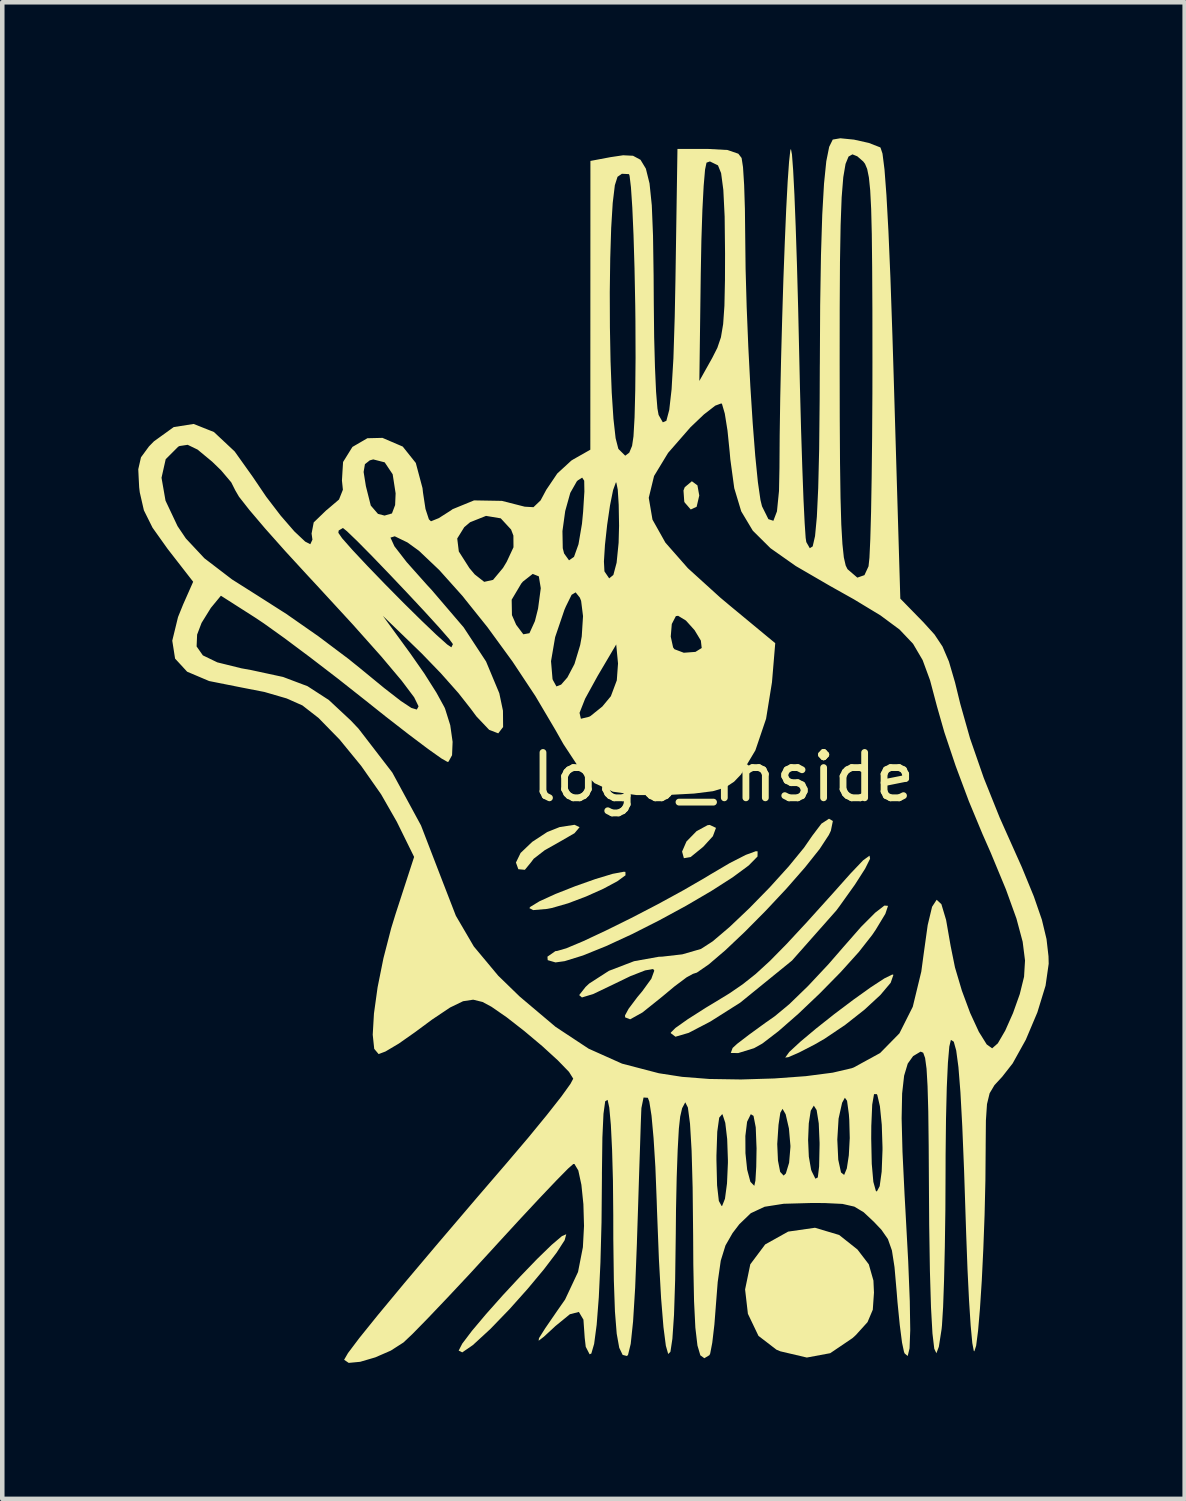
<source format=kicad_pcb>
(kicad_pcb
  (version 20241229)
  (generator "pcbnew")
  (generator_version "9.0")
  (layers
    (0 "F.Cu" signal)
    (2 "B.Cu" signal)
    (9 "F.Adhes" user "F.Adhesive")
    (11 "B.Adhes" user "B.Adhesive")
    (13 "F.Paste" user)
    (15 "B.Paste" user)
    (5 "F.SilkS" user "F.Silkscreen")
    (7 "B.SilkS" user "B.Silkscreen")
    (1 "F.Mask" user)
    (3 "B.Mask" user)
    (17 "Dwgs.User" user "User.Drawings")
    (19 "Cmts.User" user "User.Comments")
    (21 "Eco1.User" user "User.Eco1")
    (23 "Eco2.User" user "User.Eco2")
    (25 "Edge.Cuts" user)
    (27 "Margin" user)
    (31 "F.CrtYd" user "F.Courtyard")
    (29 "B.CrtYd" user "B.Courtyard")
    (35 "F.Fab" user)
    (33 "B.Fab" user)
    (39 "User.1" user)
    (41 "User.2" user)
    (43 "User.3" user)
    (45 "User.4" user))
  (footprint "logo_inside"
    (layer "F.Cu")
    (at 12.904 14.594)
    (property "Reference" "logo_inside" (at 0 -0.5 0) (unlocked yes) (layer "F.SilkS") (effects (font (size 1 1) (thickness 0.15))))
    (fp_poly (pts (xy -0.569 -6.937) (xy -0.529 -6.713) (xy -0.587 -6.465) (xy -0.717 -6.405) (xy -0.852 -6.561) (xy -0.86 -6.581) (xy -0.877 -6.824) (xy -0.849 -6.897) (xy -0.692 -7.028)) (stroke (width 0) (type solid)) (fill yes) (layer "F.SilkS"))
    (fp_poly (pts (xy -0.16 0.618) (xy -0.229 0.803) (xy -0.442 1.036) (xy -0.72 1.262) (xy -0.868 1.287) (xy -0.908 1.141) (xy -0.811 0.918) (xy -0.588 0.69) (xy -0.346 0.559) (xy -0.298 0.553)) (stroke (width 0) (type solid)) (fill yes) (layer "F.SilkS"))
    (fp_poly (pts (xy -3.169 0.603) (xy -3.281 0.736) (xy -3.589 0.914) (xy -3.938 1.111) (xy -4.181 1.299) (xy -4.242 1.38) (xy -4.376 1.543) (xy -4.52 1.53) (xy -4.573 1.383) (xy -4.47 1.171) (xy -4.213 0.926) (xy -3.883 0.71) (xy -3.61 0.601) (xy -3.28 0.55)) (stroke (width 0) (type solid)) (fill yes) (layer "F.SilkS"))
    (fp_poly (pts (xy -2.158 1.589) (xy -2.156 1.664) (xy -2.338 1.797) (xy -2.646 1.962) (xy -3.026 2.132) (xy -3.422 2.282) (xy -3.779 2.385) (xy -3.888 2.406) (xy -4.193 2.432) (xy -4.277 2.388) (xy -4.257 2.361) (xy -4.055 2.238) (xy -3.7 2.076) (xy -3.264 1.904) (xy -2.82 1.747) (xy -2.44 1.632) (xy -2.195 1.586)) (stroke (width 0) (type solid)) (fill yes) (layer "F.SilkS"))
    (fp_poly (pts (xy 3.754 3.86) (xy 3.693 4.036) (xy 3.465 4.306) (xy 3.115 4.629) (xy 2.69 4.964) (xy 2.237 5.269) (xy 2.021 5.394) (xy 1.674 5.573) (xy 1.437 5.676) (xy 1.367 5.685) (xy 1.457 5.561) (xy 1.7 5.336) (xy 2.046 5.046) (xy 2.451 4.725) (xy 2.868 4.411) (xy 3.251 4.137) (xy 3.554 3.939) (xy 3.729 3.853)) (stroke (width 0) (type solid)) (fill yes) (layer "F.SilkS"))
    (fp_poly (pts (xy -3.498 9.713) (xy -3.674 9.986) (xy -3.957 10.358) (xy -4.315 10.787) (xy -4.713 11.233) (xy -5.119 11.653) (xy -5.134 11.669) (xy -5.523 12.027) (xy -5.757 12.188) (xy -5.836 12.149) (xy -5.836 12.148) (xy -5.757 11.995) (xy -5.544 11.714) (xy -5.235 11.347) (xy -4.867 10.933) (xy -4.478 10.514) (xy -4.106 10.128) (xy -3.787 9.818) (xy -3.559 9.624) (xy -3.463 9.582)) (stroke (width 0) (type solid)) (fill yes) (layer "F.SilkS"))
    (fp_poly (pts (xy 2.556 9.598) (xy 2.96 9.918) (xy 3.211 10.246) (xy 3.313 10.604) (xy 3.325 10.87) (xy 3.299 11.247) (xy 3.183 11.521) (xy 2.925 11.806) (xy 2.853 11.872) (xy 2.36 12.206) (xy 1.844 12.302) (xy 1.261 12.165) (xy 1.174 12.129) (xy 0.777 11.824) (xy 0.544 11.337) (xy 0.482 10.8) (xy 0.597 10.245) (xy 0.925 9.807) (xy 1.432 9.524) (xy 2.024 9.439)) (stroke (width 0) (type solid)) (fill yes) (layer "F.SilkS"))
    (fp_poly (pts (xy 3.635 2.338) (xy 3.576 2.514) (xy 3.363 2.866) (xy 3.285 2.981) (xy 2.991 3.356) (xy 2.59 3.801) (xy 2.128 4.271) (xy 1.655 4.721) (xy 1.217 5.104) (xy 0.862 5.376) (xy 0.68 5.478) (xy 0.33 5.586) (xy 0.166 5.583) (xy 0.207 5.473) (xy 0.306 5.382) (xy 0.564 5.184) (xy 0.927 4.92) (xy 1.138 4.772) (xy 1.456 4.508) (xy 1.87 4.107) (xy 2.319 3.628) (xy 2.634 3.265) (xy 3.04 2.802) (xy 3.352 2.489) (xy 3.555 2.332)) (stroke (width 0) (type solid)) (fill yes) (layer "F.SilkS"))
    (fp_poly (pts (xy 3.239 1.299) (xy 3.13 1.518) (xy 2.904 1.871) (xy 2.57 2.339) (xy 2.495 2.44) (xy 1.517 3.545) (xy 0.374 4.474) (xy -0.287 4.892) (xy -0.763 5.14) (xy -1.054 5.225) (xy -1.157 5.147) (xy -1.157 5.134) (xy -1.054 5.031) (xy -0.781 4.838) (xy -0.389 4.588) (xy -0.193 4.47) (xy 0.138 4.268) (xy 0.431 4.067) (xy 0.718 3.839) (xy 1.03 3.553) (xy 1.397 3.18) (xy 1.85 2.692) (xy 2.421 2.059) (xy 2.806 1.627) (xy 3.085 1.334) (xy 3.227 1.231)) (stroke (width 0) (type solid)) (fill yes) (layer "F.SilkS"))
    (fp_poly (pts (xy 0.758 1.136) (xy 0.756 1.25) (xy 0.561 1.448) (xy 0.209 1.708) (xy -0.261 2.009) (xy -0.814 2.333) (xy -1.41 2.657) (xy -2.014 2.963) (xy -2.588 3.228) (xy -3.095 3.433) (xy -3.498 3.558) (xy -3.7 3.586) (xy -3.872 3.536) (xy -3.878 3.459) (xy -3.703 3.337) (xy -3.664 3.333) (xy -3.463 3.275) (xy -3.09 3.118) (xy -2.597 2.887) (xy -2.03 2.607) (xy -1.441 2.301) (xy -0.879 1.994) (xy -0.392 1.712) (xy -0.289 1.649) (xy 0.143 1.395) (xy 0.497 1.214) (xy 0.718 1.133)) (stroke (width 0) (type solid)) (fill yes) (layer "F.SilkS"))
    (fp_poly (pts (xy 2.418 0.467) (xy 2.374 0.681) (xy 2.33 0.774) (xy 2.127 1.084) (xy 1.803 1.491) (xy 1.395 1.957) (xy 0.941 2.442) (xy 0.479 2.908) (xy 0.046 3.318) (xy -0.321 3.631) (xy -0.582 3.811) (xy -0.667 3.838) (xy -0.808 3.915) (xy -1.075 4.115) (xy -1.35 4.344) (xy -1.782 4.69) (xy -2.053 4.841) (xy -2.164 4.798) (xy -2.167 4.755) (xy -2.088 4.609) (xy -1.895 4.352) (xy -1.784 4.219) (xy -1.586 3.946) (xy -1.521 3.767) (xy -1.547 3.731) (xy -1.723 3.762) (xy -2.048 3.889) (xy -2.435 4.076) (xy -2.865 4.282) (xy -3.117 4.359) (xy -3.178 4.307) (xy -3.037 4.127) (xy -2.957 4.052) (xy -2.523 3.772) (xy -1.967 3.559) (xy -1.42 3.461) (xy -1.35 3.459) (xy -0.904 3.408) (xy -0.492 3.289) (xy -0.233 3.121) (xy 0.138 2.806) (xy 0.573 2.393) (xy 1.025 1.931) (xy 1.444 1.468) (xy 1.783 1.054) (xy 1.964 0.792) (xy 2.166 0.525) (xy 2.333 0.416)) (stroke (width 0) (type solid)) (fill yes) (layer "F.SilkS"))
    (fp_poly (pts (xy 2.884 -14.564) (xy 3.211 -14.491) (xy 3.458 -14.395) (xy 3.469 -14.388) (xy 3.513 -14.255) (xy 3.557 -13.907) (xy 3.6 -13.338) (xy 3.644 -12.541) (xy 3.688 -11.51) (xy 3.732 -10.237) (xy 3.759 -9.367) (xy 3.906 -4.439) (xy 4.416 -3.917) (xy 4.66 -3.648) (xy 4.837 -3.382) (xy 4.978 -3.052) (xy 5.113 -2.591) (xy 5.228 -2.12) (xy 5.444 -1.356) (xy 5.747 -0.483) (xy 6.097 0.389) (xy 6.218 0.661) (xy 6.587 1.486) (xy 6.852 2.132) (xy 7.029 2.645) (xy 7.131 3.07) (xy 7.175 3.452) (xy 7.179 3.616) (xy 7.11 4.099) (xy 6.929 4.689) (xy 6.674 5.292) (xy 6.384 5.814) (xy 6.153 6.109) (xy 5.983 6.293) (xy 5.876 6.473) (xy 5.818 6.712) (xy 5.794 7.073) (xy 5.789 7.62) (xy 5.789 7.663) (xy 5.783 8.394) (xy 5.765 9.154) (xy 5.737 9.905) (xy 5.703 10.607) (xy 5.663 11.222) (xy 5.621 11.713) (xy 5.579 12.04) (xy 5.539 12.165) (xy 5.527 12.156) (xy 5.494 11.982) (xy 5.458 11.596) (xy 5.422 11.039) (xy 5.388 10.352) (xy 5.359 9.575) (xy 5.353 9.396) (xy 5.313 8.182) (xy 5.273 7.205) (xy 5.232 6.448) (xy 5.188 5.895) (xy 5.139 5.529) (xy 5.085 5.335) (xy 5.024 5.296) (xy 5.021 5.298) (xy 4.987 5.441) (xy 4.956 5.801) (xy 4.931 6.343) (xy 4.914 7.032) (xy 4.905 7.832) (xy 4.904 8.174) (xy 4.9 9.039) (xy 4.888 9.862) (xy 4.871 10.594) (xy 4.85 11.187) (xy 4.825 11.591) (xy 4.817 11.673) (xy 4.756 12.064) (xy 4.702 12.207) (xy 4.655 12.107) (xy 4.615 11.769) (xy 4.583 11.197) (xy 4.559 10.397) (xy 4.543 9.373) (xy 4.538 8.613) (xy 4.532 7.63) (xy 4.523 6.873) (xy 4.507 6.316) (xy 4.485 5.932) (xy 4.453 5.695) (xy 4.411 5.578) (xy 4.357 5.555) (xy 4.348 5.557) (xy 4.188 5.653) (xy 4.07 5.818) (xy 3.99 6.084) (xy 3.946 6.477) (xy 3.935 7.027) (xy 3.954 7.763) (xy 4 8.713) (xy 4.019 9.052) (xy 4.08 10.178) (xy 4.115 11.058) (xy 4.125 11.696) (xy 4.11 12.098) (xy 4.069 12.268) (xy 4.002 12.212) (xy 3.988 12.179) (xy 3.944 11.973) (xy 3.894 11.584) (xy 3.844 11.082) (xy 3.826 10.857) (xy 3.778 10.307) (xy 3.721 9.94) (xy 3.632 9.688) (xy 3.489 9.483) (xy 3.324 9.309) (xy 3.098 9.097) (xy 2.892 8.973) (xy 2.63 8.913) (xy 2.235 8.894) (xy 1.94 8.893) (xy 1.333 8.91) (xy 0.912 8.976) (xy 0.608 9.118) (xy 0.355 9.361) (xy 0.206 9.556) (xy 0.049 9.83) (xy -0.055 10.166) (xy -0.122 10.635) (xy -0.156 11.068) (xy -0.195 11.572) (xy -0.242 11.975) (xy -0.288 12.214) (xy -0.305 12.25) (xy -0.417 12.317) (xy -0.505 12.253) (xy -0.569 12.036) (xy -0.615 11.644) (xy -0.644 11.057) (xy -0.66 10.252) (xy -0.664 9.612) (xy -0.675 8.56) (xy -0.692 7.945) (xy -0.15 7.945) (xy -0.136 8.504) (xy -0.097 8.848) (xy -0.035 8.961) (xy -0.024 8.956) (xy 0.038 8.8) (xy 0.083 8.461) (xy 0.103 8.008) (xy 0.103 7.945) (xy 0.087 7.483) (xy 0.079 7.415) (xy 0.488 7.415) (xy 0.49 7.795) (xy 0.528 8.159) (xy 0.599 8.425) (xy 0.685 8.514) (xy 0.71 8.399) (xy 0.728 8.097) (xy 0.735 7.685) (xy 0.731 7.593) (xy 1.191 7.593) (xy 1.207 7.957) (xy 1.256 8.207) (xy 1.332 8.288) (xy 1.381 8.242) (xy 1.453 8.005) (xy 1.482 7.658) (xy 1.482 7.629) (xy 1.471 7.503) (xy 1.872 7.503) (xy 1.888 7.87) (xy 1.938 8.156) (xy 1.949 8.188) (xy 2.033 8.357) (xy 2.086 8.329) (xy 2.115 8.086) (xy 2.125 7.61) (xy 2.125 7.566) (xy 2.122 7.493) (xy 2.516 7.493) (xy 2.537 7.939) (xy 2.598 8.219) (xy 2.667 8.274) (xy 2.726 8.131) (xy 2.77 7.843) (xy 2.79 7.471) (xy 3.264 7.471) (xy 3.276 8.028) (xy 3.311 8.426) (xy 3.366 8.625) (xy 3.388 8.64) (xy 3.451 8.522) (xy 3.495 8.201) (xy 3.513 7.726) (xy 3.513 7.661) (xy 3.497 7.167) (xy 3.456 6.758) (xy 3.399 6.512) (xy 3.388 6.492) (xy 3.326 6.492) (xy 3.286 6.723) (xy 3.266 7.194) (xy 3.264 7.471) (xy 2.79 7.471) (xy 2.791 7.467) (xy 2.78 7.055) (xy 2.771 6.934) (xy 2.731 6.638) (xy 2.683 6.571) (xy 2.622 6.682) (xy 2.544 7.032) (xy 2.516 7.493) (xy 2.122 7.493) (xy 2.107 7.137) (xy 2.06 6.843) (xy 1.998 6.745) (xy 1.93 6.857) (xy 1.887 7.137) (xy 1.872 7.503) (xy 1.471 7.503) (xy 1.449 7.249) (xy 1.378 6.941) (xy 1.376 6.934) (xy 1.308 6.816) (xy 1.259 6.902) (xy 1.219 7.169) (xy 1.191 7.593) (xy 0.731 7.593) (xy 0.717 7.224) (xy 0.668 6.971) (xy 0.608 6.934) (xy 0.526 7.101) (xy 0.488 7.415) (xy 0.079 7.415) (xy 0.045 7.125) (xy -0.015 6.942) (xy -0.024 6.934) (xy -0.089 7.01) (xy -0.132 7.32) (xy -0.15 7.848) (xy -0.15 7.945) (xy -0.692 7.945) (xy -0.698 7.735) (xy -0.733 7.142) (xy -0.78 6.786) (xy -0.838 6.672) (xy -0.907 6.802) (xy -0.95 6.988) (xy -0.979 7.253) (xy -1.005 7.719) (xy -1.027 8.333) (xy -1.042 9.043) (xy -1.047 9.572) (xy -1.061 10.592) (xy -1.086 11.362) (xy -1.122 11.889) (xy -1.165 12.175) (xy -1.214 12.224) (xy -1.266 12.041) (xy -1.319 11.629) (xy -1.371 10.992) (xy -1.419 10.134) (xy -1.461 9.059) (xy -1.468 8.84) (xy -1.497 8.1) (xy -1.537 7.462) (xy -1.582 6.967) (xy -1.631 6.656) (xy -1.663 6.572) (xy -1.758 6.566) (xy -1.805 6.797) (xy -1.809 6.878) (xy -1.819 7.139) (xy -1.834 7.605) (xy -1.855 8.228) (xy -1.878 8.96) (xy -1.904 9.752) (xy -1.904 9.767) (xy -1.943 10.761) (xy -1.989 11.506) (xy -2.041 12) (xy -2.1 12.242) (xy -2.123 12.268) (xy -2.219 12.244) (xy -2.294 12.087) (xy -2.35 11.776) (xy -2.389 11.287) (xy -2.413 10.6) (xy -2.425 9.693) (xy -2.426 9.162) (xy -2.433 8.4) (xy -2.452 7.722) (xy -2.479 7.17) (xy -2.514 6.787) (xy -2.551 6.618) (xy -2.604 6.649) (xy -2.642 6.926) (xy -2.666 7.452) (xy -2.676 8.229) (xy -2.676 8.324) (xy -2.685 9.318) (xy -2.709 10.209) (xy -2.745 10.972) (xy -2.792 11.578) (xy -2.848 12.001) (xy -2.91 12.214) (xy -2.948 12.23) (xy -3.033 12.065) (xy -3.056 11.866) (xy -3.084 11.466) (xy -3.185 11.296) (xy -3.383 11.347) (xy -3.705 11.61) (xy -3.729 11.633) (xy -3.958 11.844) (xy -4.072 11.931) (xy -4.065 11.875) (xy -3.928 11.658) (xy -3.656 11.262) (xy -3.489 11.023) (xy -3.203 10.414) (xy -3.096 9.868) (xy -3.071 9.399) (xy -3.085 8.919) (xy -3.129 8.491) (xy -3.197 8.175) (xy -3.282 8.033) (xy -3.308 8.033) (xy -3.423 8.134) (xy -3.679 8.394) (xy -4.048 8.782) (xy -4.502 9.269) (xy -5.013 9.825) (xy -5.047 9.863) (xy -5.583 10.447) (xy -6.087 10.985) (xy -6.523 11.443) (xy -6.857 11.784) (xy -7.053 11.969) (xy -7.333 12.149) (xy -7.675 12.298) (xy -8.009 12.396) (xy -8.262 12.42) (xy -8.363 12.351) (xy -8.363 12.351) (xy -8.278 12.204) (xy -8.028 11.872) (xy -7.614 11.359) (xy -7.039 10.666) (xy -6.306 9.798) (xy -5.417 8.756) (xy -4.776 8.011) (xy -4.302 7.453) (xy -3.892 6.953) (xy -3.572 6.546) (xy -3.37 6.265) (xy -3.309 6.15) (xy -3.403 6) (xy -3.649 5.746) (xy -3.995 5.43) (xy -4.389 5.099) (xy -4.779 4.795) (xy -5.113 4.564) (xy -5.308 4.459) (xy -5.516 4.408) (xy -5.739 4.442) (xy -6.026 4.581) (xy -6.423 4.847) (xy -6.796 5.123) (xy -7.156 5.376) (xy -7.451 5.551) (xy -7.602 5.608) (xy -7.699 5.493) (xy -7.732 5.181) (xy -7.705 4.714) (xy -7.625 4.137) (xy -7.496 3.495) (xy -7.325 2.832) (xy -7.228 2.517) (xy -6.819 1.259) (xy -7.201 0.483) (xy -7.547 -0.122) (xy -7.985 -0.747) (xy -8.462 -1.33) (xy -8.927 -1.806) (xy -9.283 -2.083) (xy -9.63 -2.237) (xy -10.121 -2.38) (xy -10.623 -2.478) (xy -11.341 -2.621) (xy -11.826 -2.827) (xy -12.092 -3.116) (xy -12.134 -3.384) (xy -11.617 -3.384) (xy -11.479 -3.187) (xy -11.16 -3.033) (xy -10.63 -2.902) (xy -10.409 -2.862) (xy -9.71 -2.711) (xy -9.17 -2.507) (xy -8.701 -2.203) (xy -8.213 -1.748) (xy -8.044 -1.569) (xy -7.3 -0.602) (xy -6.667 0.565) (xy -6.204 1.767) (xy -5.898 2.557) (xy -5.502 3.234) (xy -4.964 3.879) (xy -4.489 4.34) (xy -3.699 5.007) (xy -2.969 5.489) (xy -2.232 5.819) (xy -1.419 6.031) (xy -0.908 6.11) (xy -0.308 6.157) (xy 0.392 6.168) (xy 1.125 6.146) (xy 1.821 6.095) (xy 2.414 6.018) (xy 2.833 5.92) (xy 2.881 5.902) (xy 3.46 5.585) (xy 3.886 5.151) (xy 4.181 4.564) (xy 4.369 3.788) (xy 4.419 3.416) (xy 4.51 2.763) (xy 4.607 2.358) (xy 4.708 2.204) (xy 4.812 2.301) (xy 4.916 2.649) (xy 5.016 3.223) (xy 5.112 3.697) (xy 5.264 4.209) (xy 5.447 4.702) (xy 5.638 5.116) (xy 5.812 5.395) (xy 5.932 5.481) (xy 6.057 5.371) (xy 6.221 5.089) (xy 6.392 4.704) (xy 6.541 4.286) (xy 6.635 3.905) (xy 6.636 3.898) (xy 6.657 3.544) (xy 6.605 3.13) (xy 6.468 2.619) (xy 6.236 1.976) (xy 5.899 1.163) (xy 5.72 0.757) (xy 5.419 0.033) (xy 5.127 -0.748) (xy 4.878 -1.49) (xy 4.715 -2.061) (xy 4.562 -2.638) (xy 4.398 -3.084) (xy 4.187 -3.443) (xy 3.889 -3.757) (xy 3.468 -4.069) (xy 2.885 -4.422) (xy 2.359 -4.717) (xy 1.6 -5.158) (xy 1.042 -5.551) (xy 0.652 -5.938) (xy 0.397 -6.364) (xy 0.243 -6.875) (xy 0.156 -7.514) (xy 0.143 -7.664) (xy 0.094 -8.146) (xy 0.034 -8.522) (xy -0.026 -8.728) (xy -0.041 -8.746) (xy -0.176 -8.696) (xy -0.426 -8.502) (xy -0.723 -8.219) (xy -1.217 -7.653) (xy -1.526 -7.144) (xy -1.643 -6.663) (xy -1.561 -6.182) (xy -1.276 -5.674) (xy -0.78 -5.11) (xy -0.068 -4.464) (xy 0.137 -4.292) (xy 1.147 -3.456) (xy 1.075 -2.593) (xy 0.945 -1.789) (xy 0.709 -1.092) (xy 0.391 -0.559) (xy 0.24 -0.401) (xy 0.048 -0.274) (xy -0.227 -0.191) (xy -0.642 -0.139) (xy -1.2 -0.109) (xy -1.91 -0.105) (xy -2.435 -0.18) (xy -2.839 -0.368) (xy -3.181 -0.706) (xy -3.525 -1.229) (xy -3.697 -1.533) (xy -3.925 -1.919) (xy -3.17 -1.919) (xy -3.14 -1.789) (xy -2.959 -1.833) (xy -2.93 -1.848) (xy -2.668 -2.058) (xy -2.479 -2.286) (xy -2.348 -2.636) (xy -2.321 -3.008) (xy -2.361 -3.428) (xy -2.771 -2.733) (xy -3.047 -2.231) (xy -3.17 -1.919) (xy -3.925 -1.919) (xy -4.143 -2.288) (xy -4.654 -3.059) (xy -3.799 -3.059) (xy -3.766 -2.666) (xy -3.758 -2.644) (xy -3.68 -2.502) (xy -3.576 -2.542) (xy -3.438 -2.7) (xy -3.282 -2.996) (xy -3.156 -3.414) (xy -3.122 -3.601) (xy -1.158 -3.601) (xy -1.106 -3.363) (xy -1.077 -3.323) (xy -0.87 -3.245) (xy -0.613 -3.264) (xy -0.475 -3.35) (xy -0.494 -3.514) (xy -0.633 -3.744) (xy -0.823 -3.955) (xy -0.995 -4.06) (xy -1.045 -4.053) (xy -1.135 -3.879) (xy -1.158 -3.601) (xy -3.122 -3.601) (xy -3.121 -3.609) (xy -3.093 -4.053) (xy -3.135 -4.39) (xy -3.164 -4.462) (xy -3.256 -4.577) (xy -3.345 -4.523) (xy -3.471 -4.267) (xy -3.503 -4.193) (xy -3.708 -3.59) (xy -3.799 -3.059) (xy -4.654 -3.059) (xy -4.656 -3.061) (xy -5.202 -3.81) (xy -5.687 -4.415) (xy -4.667 -4.415) (xy -4.661 -4.075) (xy -4.568 -3.862) (xy -4.41 -3.652) (xy -4.275 -3.676) (xy -4.154 -3.943) (xy -4.085 -4.218) (xy -4.025 -4.669) (xy -4.068 -4.93) (xy -4.203 -4.984) (xy -4.42 -4.814) (xy -4.455 -4.772) (xy -4.667 -4.415) (xy -5.687 -4.415) (xy -5.749 -4.494) (xy -6.264 -5.069) (xy -6.712 -5.494) (xy -6.966 -5.678) (xy -7.145 -5.765) (xy -5.868 -5.765) (xy -5.833 -5.479) (xy -5.599 -5.112) (xy -5.482 -4.973) (xy -5.273 -4.809) (xy -5.078 -4.852) (xy -4.858 -5.116) (xy -4.779 -5.247) (xy -4.773 -5.259) (xy -2.632 -5.259) (xy -2.621 -5.044) (xy -2.618 -5.036) (xy -2.516 -4.886) (xy -2.424 -4.961) (xy -2.352 -5.231) (xy -2.308 -5.669) (xy -2.298 -6.047) (xy -2.306 -6.509) (xy -2.327 -6.844) (xy -2.358 -6.999) (xy -2.369 -7.001) (xy -2.43 -6.833) (xy -2.498 -6.494) (xy -2.561 -6.065) (xy -2.609 -5.626) (xy -2.632 -5.259) (xy -4.773 -5.259) (xy -4.627 -5.572) (xy -4.629 -5.829) (xy -4.667 -5.929) (xy -3.547 -5.929) (xy -3.54 -5.551) (xy -3.511 -5.436) (xy -3.402 -5.284) (xy -3.292 -5.36) (xy -3.193 -5.638) (xy -3.116 -6.091) (xy -3.091 -6.354) (xy -3.063 -6.802) (xy -3.067 -7.04) (xy -3.112 -7.108) (xy -3.207 -7.048) (xy -3.23 -7.026) (xy -3.374 -6.772) (xy -3.486 -6.371) (xy -3.547 -5.929) (xy -4.667 -5.929) (xy -4.68 -5.963) (xy -4.908 -6.21) (xy -5.233 -6.264) (xy -5.584 -6.124) (xy -5.713 -6.015) (xy -5.868 -5.765) (xy -7.145 -5.765) (xy -7.246 -5.814) (xy -7.341 -5.785) (xy -7.253 -5.593) (xy -6.982 -5.243) (xy -6.532 -4.738) (xy -6.437 -4.636) (xy -5.726 -3.805) (xy -5.232 -3.052) (xy -4.94 -2.352) (xy -4.859 -1.966) (xy -4.856 -1.607) (xy -4.963 -1.467) (xy -5.164 -1.545) (xy -5.444 -1.84) (xy -5.567 -2.006) (xy -5.842 -2.356) (xy -6.228 -2.791) (xy -6.65 -3.228) (xy -6.725 -3.301) (xy -7.509 -4.06) (xy -6.909 -3.238) (xy -6.596 -2.79) (xy -6.326 -2.363) (xy -6.15 -2.042) (xy -6.136 -2.01) (xy -6.022 -1.647) (xy -5.97 -1.28) (xy -5.982 -0.985) (xy -6.061 -0.841) (xy -6.083 -0.837) (xy -6.216 -0.913) (xy -6.511 -1.122) (xy -6.932 -1.439) (xy -7.445 -1.837) (xy -7.883 -2.186) (xy -8.506 -2.678) (xy -9.125 -3.153) (xy -9.686 -3.572) (xy -10.136 -3.894) (xy -10.323 -4.019) (xy -11.081 -4.503) (xy -11.303 -4.234) (xy -11.508 -3.903) (xy -11.606 -3.645) (xy -11.617 -3.384) (xy -12.134 -3.384) (xy -12.154 -3.511) (xy -12.027 -4.032) (xy -11.915 -4.309) (xy -11.693 -4.811) (xy -12.258 -5.538) (xy -12.589 -6.003) (xy -12.78 -6.387) (xy -12.871 -6.784) (xy -12.884 -6.895) (xy -12.895 -7.105) (xy -12.391 -7.105) (xy -12.303 -6.6) (xy -12.037 -6.037) (xy -11.854 -5.766) (xy -11.444 -5.328) (xy -10.835 -4.862) (xy -10.266 -4.502) (xy -9.636 -4.1) (xy -8.932 -3.609) (xy -8.269 -3.111) (xy -8.005 -2.898) (xy -7.476 -2.464) (xy -7.11 -2.18) (xy -6.88 -2.028) (xy -6.76 -1.992) (xy -6.724 -2.055) (xy -6.724 -2.069) (xy -6.818 -2.262) (xy -7.093 -2.628) (xy -7.545 -3.165) (xy -8.175 -3.872) (xy -8.98 -4.747) (xy -9.154 -4.934) (xy -9.662 -5.487) (xy -10.105 -5.985) (xy -10.454 -6.396) (xy -10.683 -6.688) (xy -10.765 -6.829) (xy -10.853 -7.004) (xy -11.078 -7.27) (xy -11.274 -7.46) (xy -11.595 -7.726) (xy -11.814 -7.832) (xy -11.994 -7.805) (xy -12.023 -7.79) (xy -12.299 -7.514) (xy -12.391 -7.105) (xy -12.895 -7.105) (xy -12.904 -7.293) (xy -12.844 -7.556) (xy -12.669 -7.795) (xy -12.559 -7.908) (xy -12.122 -8.223) (xy -11.682 -8.292) (xy -11.235 -8.114) (xy -10.778 -7.686) (xy -10.379 -7.126) (xy -10.082 -6.687) (xy -9.762 -6.269) (xy -9.461 -5.922) (xy -9.222 -5.697) (xy -9.109 -5.639) (xy -9.062 -5.74) (xy -9.081 -5.876) (xy -9.078 -5.89) (xy -8.49 -5.89) (xy -8.406 -5.769) (xy -8.18 -5.513) (xy -7.852 -5.163) (xy -7.462 -4.759) (xy -7.051 -4.343) (xy -6.658 -3.956) (xy -6.324 -3.637) (xy -6.089 -3.427) (xy -5.997 -3.365) (xy -5.963 -3.435) (xy -6.045 -3.548) (xy -6.265 -3.8) (xy -6.584 -4.15) (xy -6.964 -4.557) (xy -7.364 -4.979) (xy -7.746 -5.376) (xy -8.071 -5.705) (xy -8.301 -5.926) (xy -8.389 -5.997) (xy -8.483 -5.942) (xy -8.49 -5.89) (xy -9.078 -5.89) (xy -9.034 -6.12) (xy -8.756 -6.388) (xy -8.741 -6.399) (xy -8.476 -6.625) (xy -8.39 -6.841) (xy -8.411 -7.044) (xy -8.4 -7.233) (xy -7.933 -7.233) (xy -7.883 -6.92) (xy -7.775 -6.492) (xy -7.616 -6.308) (xy -7.471 -6.271) (xy -7.308 -6.318) (xy -7.238 -6.503) (xy -7.227 -6.761) (xy -7.292 -7.182) (xy -7.468 -7.445) (xy -7.721 -7.51) (xy -7.797 -7.489) (xy -7.904 -7.405) (xy -7.933 -7.233) (xy -8.4 -7.233) (xy -8.386 -7.453) (xy -8.18 -7.785) (xy -7.85 -7.977) (xy -7.517 -7.985) (xy -7.07 -7.793) (xy -6.782 -7.432) (xy -6.634 -6.877) (xy -6.623 -6.778) (xy -6.568 -6.417) (xy -6.493 -6.188) (xy -6.447 -6.145) (xy -6.276 -6.214) (xy -6.01 -6.383) (xy -5.97 -6.412) (xy -5.497 -6.606) (xy -4.882 -6.595) (xy -4.379 -6.467) (xy -4.186 -6.456) (xy -4.029 -6.606) (xy -3.904 -6.839) (xy -3.661 -7.199) (xy -3.351 -7.484) (xy -3.309 -7.51) (xy -2.932 -7.724) (xy -2.931 -11.199) (xy -2.503 -11.199) (xy -2.5 -10.428) (xy -2.486 -9.676) (xy -2.46 -8.986) (xy -2.422 -8.405) (xy -2.374 -7.977) (xy -2.315 -7.747) (xy -2.305 -7.733) (xy -2.162 -7.592) (xy -2.073 -7.659) (xy -2.011 -7.808) (xy -1.98 -8.018) (xy -1.956 -8.439) (xy -1.941 -9.03) (xy -1.934 -9.751) (xy -1.937 -10.56) (xy -1.941 -10.905) (xy -1.957 -11.723) (xy -1.979 -12.455) (xy -2.006 -13.065) (xy -2.036 -13.514) (xy -2.066 -13.765) (xy -2.079 -13.803) (xy -2.235 -13.811) (xy -2.332 -13.744) (xy -2.391 -13.559) (xy -2.438 -13.168) (xy -2.472 -12.614) (xy -2.493 -11.942) (xy -2.503 -11.199) (xy -2.931 -11.199) (xy -2.93 -14.094) (xy -2.489 -14.177) (xy -2.208 -14.219) (xy -1.99 -14.208) (xy -1.825 -14.119) (xy -1.707 -13.924) (xy -1.626 -13.598) (xy -1.576 -13.114) (xy -1.549 -12.446) (xy -1.536 -11.567) (xy -1.532 -10.947) (xy -1.524 -10.209) (xy -1.506 -9.547) (xy -1.482 -9.006) (xy -1.452 -8.635) (xy -1.426 -8.491) (xy -1.333 -8.328) (xy -1.255 -8.361) (xy -1.191 -8.602) (xy -1.139 -9.059) (xy -1.129 -9.241) (xy -0.527 -9.241) (xy -0.244 -9.746) (xy -0.13 -9.971) (xy -0.051 -10.203) (xy -0.002 -10.495) (xy 0.026 -10.898) (xy 0.038 -11.462) (xy 0.04 -12.046) (xy 0.031 -12.867) (xy 0.002 -13.455) (xy -0.047 -13.825) (xy -0.116 -13.996) (xy -0.294 -14.083) (xy -0.369 -14.056) (xy -0.401 -13.904) (xy -0.432 -13.542) (xy -0.46 -13.009) (xy -0.482 -12.347) (xy -0.496 -11.6) (xy -0.527 -9.241) (xy -1.129 -9.241) (xy -1.099 -9.742) (xy -1.07 -10.661) (xy -1.054 -11.484) (xy -1.01 -14.359) (xy -0.341 -14.359) (xy 0.095 -14.335) (xy 0.333 -14.253) (xy 0.405 -14.159) (xy 0.436 -13.958) (xy 0.461 -13.563) (xy 0.478 -13.033) (xy 0.484 -12.484) (xy 0.493 -11.714) (xy 0.517 -10.868) (xy 0.553 -9.99) (xy 0.598 -9.122) (xy 0.65 -8.308) (xy 0.706 -7.59) (xy 0.764 -7.011) (xy 0.821 -6.615) (xy 0.855 -6.476) (xy 0.996 -6.192) (xy 1.106 -6.156) (xy 1.185 -6.364) (xy 1.23 -6.813) (xy 1.24 -7.314) (xy 1.245 -8.04) (xy 1.257 -8.856) (xy 1.276 -9.727) (xy 1.3 -10.616) (xy 1.327 -11.486) (xy 1.358 -12.304) (xy 1.389 -13.032) (xy 1.421 -13.635) (xy 1.452 -14.076) (xy 1.479 -14.321) (xy 1.493 -14.359) (xy 1.516 -14.237) (xy 1.542 -13.892) (xy 1.57 -13.353) (xy 1.598 -12.649) (xy 1.626 -11.808) (xy 1.652 -10.861) (xy 1.669 -10.12) (xy 1.692 -9.103) (xy 1.717 -8.162) (xy 1.744 -7.329) (xy 1.77 -6.633) (xy 1.796 -6.106) (xy 1.818 -5.78) (xy 1.832 -5.687) (xy 1.909 -5.551) (xy 1.973 -5.591) (xy 2.025 -5.818) (xy 2.065 -6.243) (xy 2.095 -6.879) (xy 2.116 -7.738) (xy 2.127 -8.83) (xy 2.13 -9.557) (xy 2.131 -9.632) (xy 2.568 -9.632) (xy 2.57 -8.421) (xy 2.576 -7.44) (xy 2.587 -6.666) (xy 2.604 -6.074) (xy 2.629 -5.643) (xy 2.66 -5.349) (xy 2.701 -5.169) (xy 2.741 -5.089) (xy 2.958 -4.902) (xy 3.115 -4.957) (xy 3.205 -5.152) (xy 3.225 -5.341) (xy 3.244 -5.75) (xy 3.261 -6.348) (xy 3.274 -7.104) (xy 3.284 -7.985) (xy 3.29 -8.959) (xy 3.291 -9.651) (xy 3.29 -10.812) (xy 3.285 -11.746) (xy 3.277 -12.479) (xy 3.263 -13.037) (xy 3.242 -13.445) (xy 3.213 -13.73) (xy 3.175 -13.917) (xy 3.127 -14.031) (xy 3.088 -14.082) (xy 2.957 -14.196) (xy 2.85 -14.239) (xy 2.764 -14.19) (xy 2.698 -14.029) (xy 2.648 -13.736) (xy 2.612 -13.291) (xy 2.589 -12.673) (xy 2.575 -11.861) (xy 2.569 -10.837) (xy 2.568 -9.632) (xy 2.131 -9.632) (xy 2.138 -10.906) (xy 2.156 -12.017) (xy 2.184 -12.908) (xy 2.223 -13.592) (xy 2.273 -14.086) (xy 2.337 -14.405) (xy 2.415 -14.564) (xy 2.415 -14.565) (xy 2.583 -14.594)) (stroke (width 0) (type solid)) (fill yes) (layer "F.SilkS")))
  (gr_rect
    (start -3 -3)
    (end 23.083 30.014)
    (stroke (width 0.1) (type default))
    (fill no)
    (layer "Edge.Cuts")))
</source>
